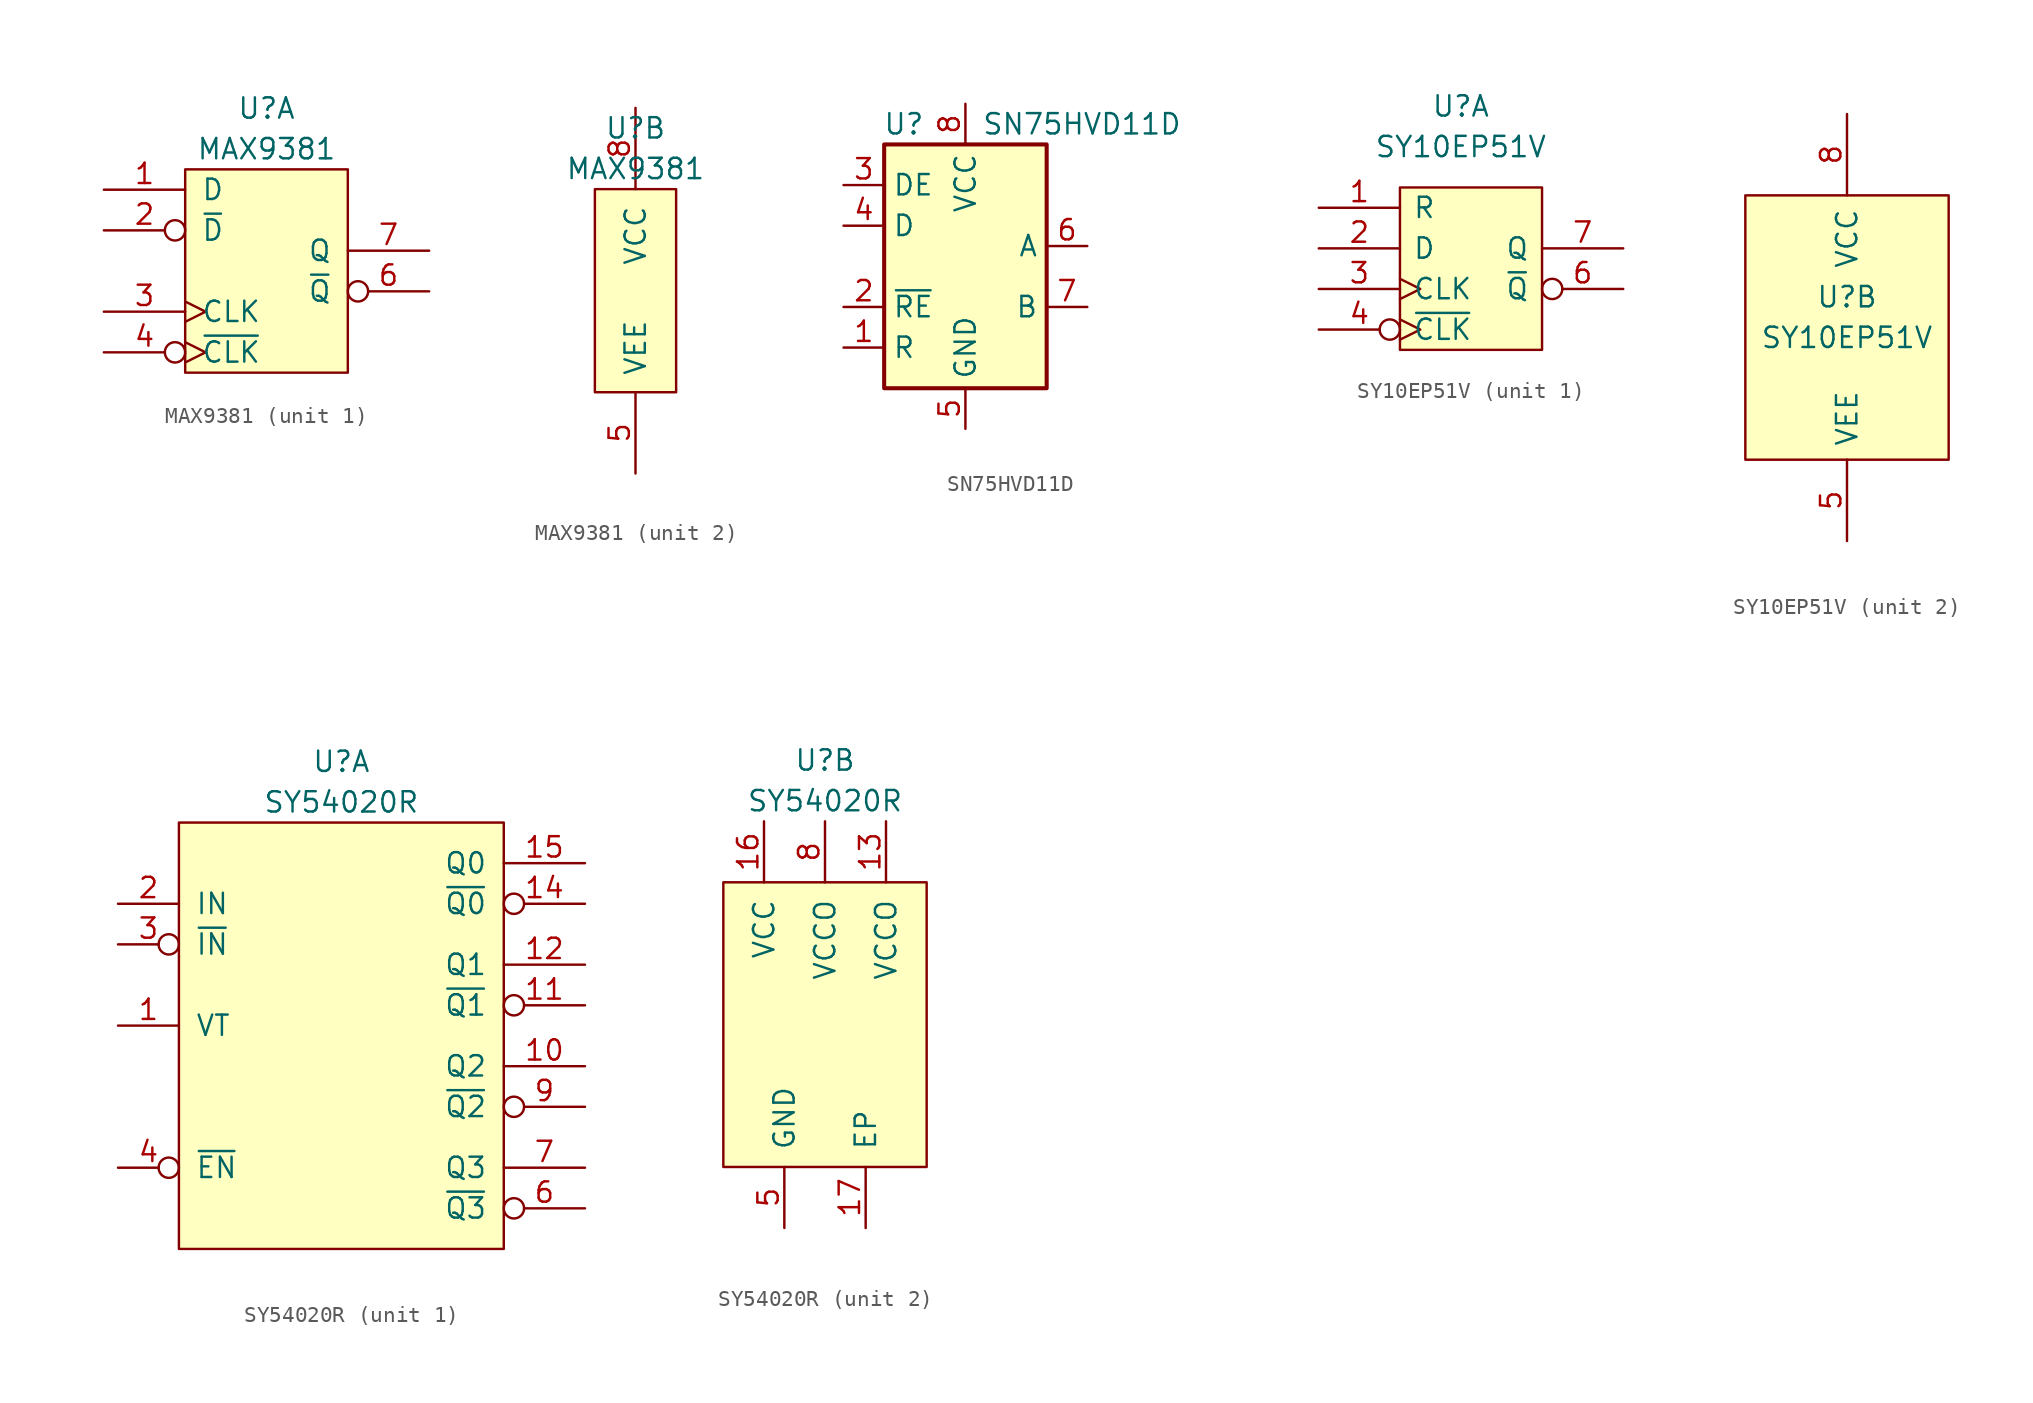
<source format=kicad_sym>
(kicad_symbol_lib
  (version 20220914)
  (generator kicad_symbol_editor)
  (symbol "MAX9381"
    (pin_names
      (offset 0.991))
    (property "Reference" "U"
      (at 0 10.16 0)
      (effects (font (size 1.27 1.27))))
    (property "Value" "MAX9381"
      (at 0 7.62 0)
      (effects (font (size 1.27 1.27))))
    (property "ki_locked" ""
      (at 0 0 0)
      (effects (font (size 1.27 1.27))))
    (symbol "MAX9381_1_1"
      (rectangle (start -5.08 6.35) (end 5.08 -6.35) (stroke (width 0) (type solid)) (fill (type background)))
      (pin input line (at -10.16 5.08 0) (length 5.08) (name "D" (effects (font (size 1.27 1.27)))) (number "1" (effects (font (size 1.27 1.27)))))
      (pin input inverted (at -10.16 2.54 0) (length 5.08) (name "~{D}" (effects (font (size 1.27 1.27)))) (number "2" (effects (font (size 1.27 1.27)))))
      (pin input clock (at -10.16 -2.54 0) (length 5.08) (name "CLK" (effects (font (size 1.27 1.27)))) (number "3" (effects (font (size 1.27 1.27)))))
      (pin input inverted_clock (at -10.16 -5.08 0) (length 5.08) (name "~{CLK}" (effects (font (size 1.27 1.27)))) (number "4" (effects (font (size 1.27 1.27)))))
      (pin open_emitter inverted (at 10.16 -1.27 180) (length 5.08) (name "~{Q}" (effects (font (size 1.27 1.27)))) (number "6" (effects (font (size 1.27 1.27)))))
      (pin open_emitter line (at 10.16 1.27 180) (length 5.08) (name "Q" (effects (font (size 1.27 1.27)))) (number "7" (effects (font (size 1.27 1.27))))))
    (symbol "MAX9381_2_1"
      (rectangle (start -2.54 6.35) (end 2.54 -6.35) (stroke (width 0) (type solid)) (fill (type background)))
      (pin power_in line (at 0 -11.43 90) (length 5.08) (name "VEE" (effects (font (size 1.27 1.27)))) (number "5" (effects (font (size 1.27 1.27)))))
      (pin power_in line (at 0 11.43 270) (length 5.08) (name "VCC" (effects (font (size 1.27 1.27)))) (number "8" (effects (font (size 1.27 1.27)))))))
  (symbol "SN75HVD11D"
    (property "Reference" "U"
      (at -2.54 8.89 0)
      (effects (font (size 1.27 1.27)) (justify right)))
    (property "Value" "SN75HVD11D"
      (at 1.016 8.89 0)
      (effects (font (size 1.27 1.27)) (justify left)))
    (symbol "SN75HVD11D_0_1"
      (rectangle (start -5.08 7.62) (end 5.08 -7.62) (stroke (width 0.254) (type default)) (fill (type background))))
    (symbol "SN75HVD11D_1_1"
      (pin output line (at -7.62 -5.08 0) (length 2.54) (name "R" (effects (font (size 1.27 1.27)))) (number "1" (effects (font (size 1.27 1.27)))))
      (pin input line (at -7.62 -2.54 0) (length 2.54) (name "~{RE}" (effects (font (size 1.27 1.27)))) (number "2" (effects (font (size 1.27 1.27)))))
      (pin input line (at -7.62 5.08 0) (length 2.54) (name "DE" (effects (font (size 1.27 1.27)))) (number "3" (effects (font (size 1.27 1.27)))))
      (pin input line (at -7.62 2.54 0) (length 2.54) (name "D" (effects (font (size 1.27 1.27)))) (number "4" (effects (font (size 1.27 1.27)))))
      (pin power_in line (at 0 -10.16 90) (length 2.54) (name "GND" (effects (font (size 1.27 1.27)))) (number "5" (effects (font (size 1.27 1.27)))))
      (pin bidirectional line (at 7.62 1.27 180) (length 2.54) (name "A" (effects (font (size 1.27 1.27)))) (number "6" (effects (font (size 1.27 1.27)))))
      (pin bidirectional line (at 7.62 -2.54 180) (length 2.54) (name "B" (effects (font (size 1.27 1.27)))) (number "7" (effects (font (size 1.27 1.27)))))
      (pin power_in line (at 0 10.16 270) (length 2.54) (name "VCC" (effects (font (size 1.27 1.27)))) (number "8" (effects (font (size 1.27 1.27)))))))
  (symbol "SY10EP51V"
    (pin_names
      (offset 0.787))
    (property "Reference" "U"
      (at -1.27 10.16 0)
      (effects (font (size 1.27 1.27))))
    (property "Value" "SY10EP51V"
      (at -1.27 7.62 0)
      (effects (font (size 1.27 1.27))))
    (property "ki_locked" ""
      (at 0 0 0)
      (effects (font (size 1.27 1.27))))
    (symbol "SY10EP51V_1_1"
      (rectangle (start -5.08 5.08) (end 3.81 -5.08) (stroke (width 0) (type solid)) (fill (type background)))
      (pin input line (at -10.16 3.81 0) (length 5.08) (name "R" (effects (font (size 1.27 1.27)))) (number "1" (effects (font (size 1.27 1.27)))))
      (pin input line (at -10.16 1.27 0) (length 5.08) (name "D" (effects (font (size 1.27 1.27)))) (number "2" (effects (font (size 1.27 1.27)))))
      (pin input clock (at -10.16 -1.27 0) (length 5.08) (name "CLK" (effects (font (size 1.27 1.27)))) (number "3" (effects (font (size 1.27 1.27)))))
      (pin input inverted_clock (at -10.16 -3.81 0) (length 5.08) (name "~{CLK}" (effects (font (size 1.27 1.27)))) (number "4" (effects (font (size 1.27 1.27)))))
      (pin open_emitter inverted (at 8.89 -1.27 180) (length 5.08) (name "~{Q}" (effects (font (size 1.27 1.27)))) (number "6" (effects (font (size 1.27 1.27)))))
      (pin open_emitter line (at 8.89 1.27 180) (length 5.08) (name "Q" (effects (font (size 1.27 1.27)))) (number "7" (effects (font (size 1.27 1.27))))))
    (symbol "SY10EP51V_2_1"
      (rectangle (start -7.62 16.51) (end 5.08 0) (stroke (width 0) (type solid)) (fill (type background)))
      (pin power_in line (at -1.27 -5.08 90) (length 5.08) (name "VEE" (effects (font (size 1.27 1.27)))) (number "5" (effects (font (size 1.27 1.27)))))
      (pin power_in line (at -1.27 21.59 270) (length 5.08) (name "VCC" (effects (font (size 1.27 1.27)))) (number "8" (effects (font (size 1.27 1.27)))))))
  (symbol "SY54020R"
    (pin_names
      (offset 1.016))
    (property "Reference" "U"
      (at 0 16.51 0)
      (effects (font (size 1.27 1.27))))
    (property "Value" "SY54020R"
      (at 0 13.97 0)
      (effects (font (size 1.27 1.27))))
    (property "ki_locked" ""
      (at 0 0 0)
      (effects (font (size 1.27 1.27))))
    (symbol "SY54020R_1_1"
      (rectangle (start -10.16 12.7) (end 10.16 -13.97) (stroke (width 0) (type solid)) (fill (type background)))
      (pin input line (at -13.97 0 0) (length 3.81) (name "VT" (effects (font (size 1.27 1.27)))) (number "1" (effects (font (size 1.27 1.27)))))
      (pin open_collector line (at 15.24 -2.54 180) (length 5.08) (name "Q2" (effects (font (size 1.27 1.27)))) (number "10" (effects (font (size 1.27 1.27)))))
      (pin open_collector inverted (at 15.24 1.27 180) (length 5.08) (name "~{Q1}" (effects (font (size 1.27 1.27)))) (number "11" (effects (font (size 1.27 1.27)))))
      (pin open_collector line (at 15.24 3.81 180) (length 5.08) (name "Q1" (effects (font (size 1.27 1.27)))) (number "12" (effects (font (size 1.27 1.27)))))
      (pin open_collector inverted (at 15.24 7.62 180) (length 5.08) (name "~{Q0}" (effects (font (size 1.27 1.27)))) (number "14" (effects (font (size 1.27 1.27)))))
      (pin open_collector line (at 15.24 10.16 180) (length 5.08) (name "Q0" (effects (font (size 1.27 1.27)))) (number "15" (effects (font (size 1.27 1.27)))))
      (pin input line (at -13.97 7.62 0) (length 3.81) (name "IN" (effects (font (size 1.27 1.27)))) (number "2" (effects (font (size 1.27 1.27)))))
      (pin input inverted (at -13.97 5.08 0) (length 3.81) (name "~{IN}" (effects (font (size 1.27 1.27)))) (number "3" (effects (font (size 1.27 1.27)))))
      (pin input inverted (at -13.97 -8.89 0) (length 3.81) (name "~{EN}" (effects (font (size 1.27 1.27)))) (number "4" (effects (font (size 1.27 1.27)))))
      (pin open_collector inverted (at 15.24 -11.43 180) (length 5.08) (name "~{Q3}" (effects (font (size 1.27 1.27)))) (number "6" (effects (font (size 1.27 1.27)))))
      (pin open_collector line (at 15.24 -8.89 180) (length 5.08) (name "Q3" (effects (font (size 1.27 1.27)))) (number "7" (effects (font (size 1.27 1.27)))))
      (pin open_collector inverted (at 15.24 -5.08 180) (length 5.08) (name "~{Q2}" (effects (font (size 1.27 1.27)))) (number "9" (effects (font (size 1.27 1.27))))))
    (symbol "SY54020R_2_1"
      (rectangle (start -6.35 8.89) (end 6.35 -8.89) (stroke (width 0) (type solid)) (fill (type background)))
      (pin power_in line (at 3.81 12.7 270) (length 3.81) (name "VCCO" (effects (font (size 1.27 1.27)))) (number "13" (effects (font (size 1.27 1.27)))))
      (pin power_in line (at -3.81 12.7 270) (length 3.81) (name "VCC" (effects (font (size 1.27 1.27)))) (number "16" (effects (font (size 1.27 1.27)))))
      (pin power_in line (at 2.54 -12.7 90) (length 3.81) (name "EP" (effects (font (size 1.27 1.27)))) (number "17" (effects (font (size 1.27 1.27)))))
      (pin power_in line (at -2.54 -12.7 90) (length 3.81) (name "GND" (effects (font (size 1.27 1.27)))) (number "5" (effects (font (size 1.27 1.27)))))
      (pin power_in line (at 0 12.7 270) (length 3.81) (name "VCCO" (effects (font (size 1.27 1.27)))) (number "8" (effects (font (size 1.27 1.27))))))))
</source>
